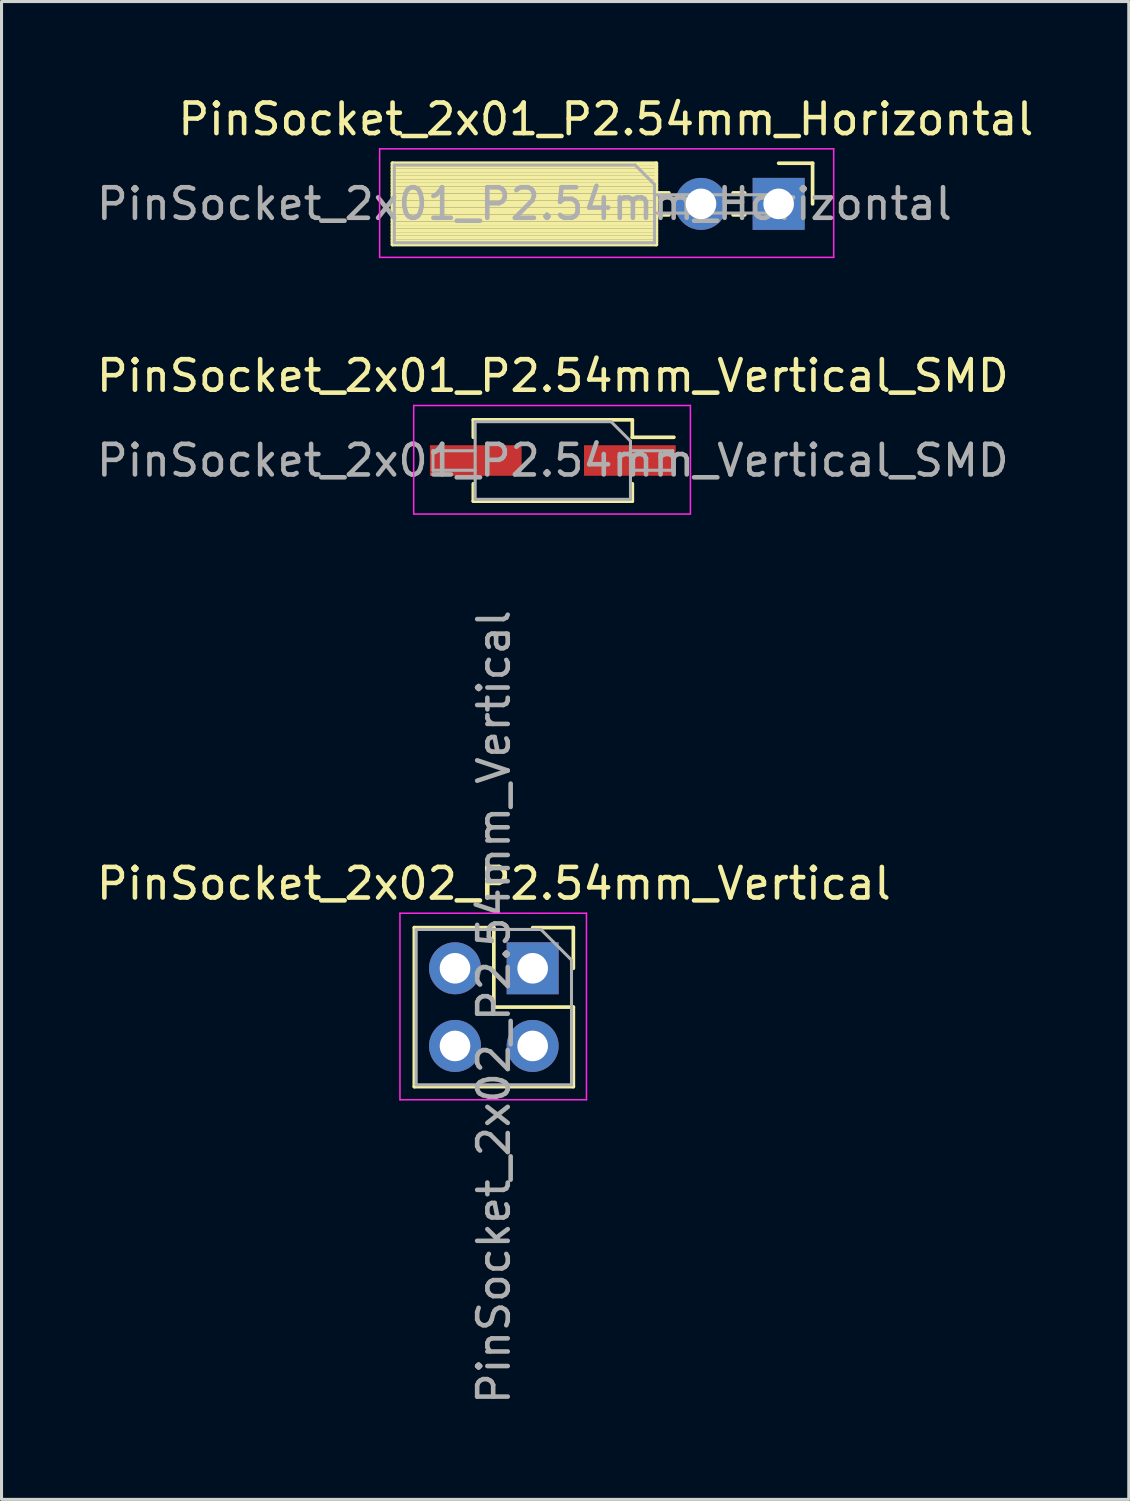
<source format=kicad_pcb>
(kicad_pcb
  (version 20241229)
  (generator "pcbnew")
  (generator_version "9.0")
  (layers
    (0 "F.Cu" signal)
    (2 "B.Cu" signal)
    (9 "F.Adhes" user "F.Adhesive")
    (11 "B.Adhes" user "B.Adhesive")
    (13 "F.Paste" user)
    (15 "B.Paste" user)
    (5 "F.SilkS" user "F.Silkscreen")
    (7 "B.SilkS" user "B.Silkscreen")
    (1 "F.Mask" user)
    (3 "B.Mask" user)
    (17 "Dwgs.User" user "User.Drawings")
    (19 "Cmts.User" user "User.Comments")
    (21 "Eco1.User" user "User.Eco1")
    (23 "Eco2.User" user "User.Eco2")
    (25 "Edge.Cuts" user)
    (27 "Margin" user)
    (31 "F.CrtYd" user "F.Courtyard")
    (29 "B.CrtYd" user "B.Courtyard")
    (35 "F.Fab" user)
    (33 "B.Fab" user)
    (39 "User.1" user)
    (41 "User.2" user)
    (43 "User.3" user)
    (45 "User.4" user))
  (footprint "PinSocket_2x01_P2.54mm_Horizontal"
    (layer "F.Cu")
    (at 22.416 3.618)
    (property "Reference" "PinSocket_2x01_P2.54mm_Horizontal" (at -5.65 -2.77 0) (layer "F.SilkS") (effects (font (size 1 1) (thickness 0.15))))
    (attr through_hole)
    (fp_line (start -12.63 -1.33) (end -12.63 1.33) (stroke (width 0.12) (type solid)) (layer "F.SilkS"))
    (fp_line (start -12.63 -1.33) (end -4 -1.33) (stroke (width 0.12) (type solid)) (layer "F.SilkS"))
    (fp_line (start -12.63 -1.21) (end -4 -1.21) (stroke (width 0.12) (type solid)) (layer "F.SilkS"))
    (fp_line (start -12.63 -1.095) (end -4 -1.095) (stroke (width 0.12) (type solid)) (layer "F.SilkS"))
    (fp_line (start -12.63 -0.979) (end -4 -0.979) (stroke (width 0.12) (type solid)) (layer "F.SilkS"))
    (fp_line (start -12.63 -0.864) (end -4 -0.864) (stroke (width 0.12) (type solid)) (layer "F.SilkS"))
    (fp_line (start -12.63 -0.748) (end -4 -0.748) (stroke (width 0.12) (type solid)) (layer "F.SilkS"))
    (fp_line (start -12.63 -0.633) (end -4 -0.633) (stroke (width 0.12) (type solid)) (layer "F.SilkS"))
    (fp_line (start -12.63 -0.517) (end -4 -0.517) (stroke (width 0.12) (type solid)) (layer "F.SilkS"))
    (fp_line (start -12.63 -0.402) (end -4 -0.402) (stroke (width 0.12) (type solid)) (layer "F.SilkS"))
    (fp_line (start -12.63 -0.286) (end -4 -0.286) (stroke (width 0.12) (type solid)) (layer "F.SilkS"))
    (fp_line (start -12.63 -0.171) (end -4 -0.171) (stroke (width 0.12) (type solid)) (layer "F.SilkS"))
    (fp_line (start -12.63 -0.055) (end -4 -0.055) (stroke (width 0.12) (type solid)) (layer "F.SilkS"))
    (fp_line (start -12.63 0.06) (end -4 0.06) (stroke (width 0.12) (type solid)) (layer "F.SilkS"))
    (fp_line (start -12.63 0.175) (end -4 0.175) (stroke (width 0.12) (type solid)) (layer "F.SilkS"))
    (fp_line (start -12.63 0.291) (end -4 0.291) (stroke (width 0.12) (type solid)) (layer "F.SilkS"))
    (fp_line (start -12.63 0.406) (end -4 0.406) (stroke (width 0.12) (type solid)) (layer "F.SilkS"))
    (fp_line (start -12.63 0.522) (end -4 0.522) (stroke (width 0.12) (type solid)) (layer "F.SilkS"))
    (fp_line (start -12.63 0.637) (end -4 0.637) (stroke (width 0.12) (type solid)) (layer "F.SilkS"))
    (fp_line (start -12.63 0.753) (end -4 0.753) (stroke (width 0.12) (type solid)) (layer "F.SilkS"))
    (fp_line (start -12.63 0.868) (end -4 0.868) (stroke (width 0.12) (type solid)) (layer "F.SilkS"))
    (fp_line (start -12.63 0.984) (end -4 0.984) (stroke (width 0.12) (type solid)) (layer "F.SilkS"))
    (fp_line (start -12.63 1.099) (end -4 1.099) (stroke (width 0.12) (type solid)) (layer "F.SilkS"))
    (fp_line (start -12.63 1.215) (end -4 1.215) (stroke (width 0.12) (type solid)) (layer "F.SilkS"))
    (fp_line (start -12.63 1.33) (end -4 1.33) (stroke (width 0.12) (type solid)) (layer "F.SilkS"))
    (fp_line (start -4 -1.33) (end -4 1.33) (stroke (width 0.12) (type solid)) (layer "F.SilkS"))
    (fp_line (start -4 -0.36) (end -3.59 -0.36) (stroke (width 0.12) (type solid)) (layer "F.SilkS"))
    (fp_line (start -4 0.36) (end -3.59 0.36) (stroke (width 0.12) (type solid)) (layer "F.SilkS"))
    (fp_line (start -1.49 -0.36) (end -1.11 -0.36) (stroke (width 0.12) (type solid)) (layer "F.SilkS"))
    (fp_line (start -1.49 0.36) (end -1.11 0.36) (stroke (width 0.12) (type solid)) (layer "F.SilkS"))
    (fp_line (start 0 -1.33) (end 1.11 -1.33) (stroke (width 0.12) (type solid)) (layer "F.SilkS"))
    (fp_line (start 1.11 -1.33) (end 1.11 0) (stroke (width 0.12) (type solid)) (layer "F.SilkS"))
    (fp_line (start -13.05 -1.8) (end -13.05 1.75) (stroke (width 0.05) (type solid)) (layer "F.CrtYd"))
    (fp_line (start -13.05 1.75) (end 1.8 1.75) (stroke (width 0.05) (type solid)) (layer "F.CrtYd"))
    (fp_line (start 1.8 -1.8) (end -13.05 -1.8) (stroke (width 0.05) (type solid)) (layer "F.CrtYd"))
    (fp_line (start 1.8 1.75) (end 1.8 -1.8) (stroke (width 0.05) (type solid)) (layer "F.CrtYd"))
    (fp_line (start -12.57 -1.27) (end -4.695 -1.27) (stroke (width 0.1) (type solid)) (layer "F.Fab"))
    (fp_line (start -12.57 1.27) (end -12.57 -1.27) (stroke (width 0.1) (type solid)) (layer "F.Fab"))
    (fp_line (start -4.695 -1.27) (end -4.06 -0.635) (stroke (width 0.1) (type solid)) (layer "F.Fab"))
    (fp_line (start -4.06 -0.635) (end -4.06 1.27) (stroke (width 0.1) (type solid)) (layer "F.Fab"))
    (fp_line (start -4.06 0.3) (end 0 0.3) (stroke (width 0.1) (type solid)) (layer "F.Fab"))
    (fp_line (start -4.06 1.27) (end -12.57 1.27) (stroke (width 0.1) (type solid)) (layer "F.Fab"))
    (fp_line (start 0 -0.3) (end -4.06 -0.3) (stroke (width 0.1) (type solid)) (layer "F.Fab"))
    (fp_line (start 0 0.3) (end 0 -0.3) (stroke (width 0.1) (type solid)) (layer "F.Fab"))
    (fp_text user "${REFERENCE}" (at -8.315 0 0) (layer "F.Fab") (effects (font (size 1 1) (thickness 0.15))))
    (pad "1" thru_hole rect (at 0 0) (size 1.7 1.7) (drill 1) (layers "*.Cu" "*.Mask"))
    (pad "2" thru_hole circle (at -2.54 0) (size 1.7 1.7) (drill 1) (layers "*.Cu" "*.Mask")))
  (footprint "PinSocket_2x01_P2.54mm_Vertical_SMD"
    (layer "F.Cu")
    (at 15.03 12.011)
    (property "Reference" "PinSocket_2x01_P2.54mm_Vertical_SMD" (at 0 -2.77 0) (layer "F.SilkS") (effects (font (size 1 1) (thickness 0.15))))
    (attr smd)
    (fp_line (start -2.6 -1.33) (end -2.6 -0.76) (stroke (width 0.12) (type solid)) (layer "F.SilkS"))
    (fp_line (start -2.6 -1.33) (end 2.6 -1.33) (stroke (width 0.12) (type solid)) (layer "F.SilkS"))
    (fp_line (start -2.6 0.76) (end -2.6 1.33) (stroke (width 0.12) (type solid)) (layer "F.SilkS"))
    (fp_line (start -2.6 1.33) (end 2.6 1.33) (stroke (width 0.12) (type solid)) (layer "F.SilkS"))
    (fp_line (start 2.6 -1.33) (end 2.6 -0.76) (stroke (width 0.12) (type solid)) (layer "F.SilkS"))
    (fp_line (start 2.6 -0.76) (end 3.96 -0.76) (stroke (width 0.12) (type solid)) (layer "F.SilkS"))
    (fp_line (start 2.6 0.76) (end 2.6 1.33) (stroke (width 0.12) (type solid)) (layer "F.SilkS"))
    (fp_line (start -4.55 -1.8) (end 4.5 -1.8) (stroke (width 0.05) (type solid)) (layer "F.CrtYd"))
    (fp_line (start -4.55 1.75) (end -4.55 -1.8) (stroke (width 0.05) (type solid)) (layer "F.CrtYd"))
    (fp_line (start 4.5 -1.8) (end 4.5 1.75) (stroke (width 0.05) (type solid)) (layer "F.CrtYd"))
    (fp_line (start 4.5 1.75) (end -4.55 1.75) (stroke (width 0.05) (type solid)) (layer "F.CrtYd"))
    (fp_line (start -3.92 -0.32) (end -2.54 -0.32) (stroke (width 0.1) (type solid)) (layer "F.Fab"))
    (fp_line (start -3.92 0.32) (end -3.92 -0.32) (stroke (width 0.1) (type solid)) (layer "F.Fab"))
    (fp_line (start -2.54 -1.27) (end 1.905 -1.27) (stroke (width 0.1) (type solid)) (layer "F.Fab"))
    (fp_line (start -2.54 0.32) (end -3.92 0.32) (stroke (width 0.1) (type solid)) (layer "F.Fab"))
    (fp_line (start -2.54 1.27) (end -2.54 -1.27) (stroke (width 0.1) (type solid)) (layer "F.Fab"))
    (fp_line (start 1.905 -1.27) (end 2.54 -0.635) (stroke (width 0.1) (type solid)) (layer "F.Fab"))
    (fp_line (start 2.54 -0.635) (end 2.54 1.27) (stroke (width 0.1) (type solid)) (layer "F.Fab"))
    (fp_line (start 2.54 -0.32) (end 3.92 -0.32) (stroke (width 0.1) (type solid)) (layer "F.Fab"))
    (fp_line (start 2.54 1.27) (end -2.54 1.27) (stroke (width 0.1) (type solid)) (layer "F.Fab"))
    (fp_line (start 3.92 -0.32) (end 3.92 0.32) (stroke (width 0.1) (type solid)) (layer "F.Fab"))
    (fp_line (start 3.92 0.32) (end 2.54 0.32) (stroke (width 0.1) (type solid)) (layer "F.Fab"))
    (fp_text user "${REFERENCE}" (at 0 0 0) (layer "F.Fab") (effects (font (size 1 1) (thickness 0.15))))
    (pad "1" smd rect (at 2.52 0) (size 3 1) (layers "F.Cu" "F.Mask" "F.Paste"))
    (pad "2" smd rect (at -2.52 0) (size 3 1) (layers "F.Cu" "F.Mask" "F.Paste")))
  (footprint "PinSocket_2x02_P2.54mm_Vertical"
    (layer "F.Cu")
    (at 14.371 28.618)
    (property "Reference" "PinSocket_2x02_P2.54mm_Vertical" (at -1.27 -2.77 0) (layer "F.SilkS") (effects (font (size 1 1) (thickness 0.15))))
    (attr through_hole)
    (fp_line (start -3.87 -1.33) (end -3.87 3.87) (stroke (width 0.12) (type solid)) (layer "F.SilkS"))
    (fp_line (start -3.87 -1.33) (end -1.27 -1.33) (stroke (width 0.12) (type solid)) (layer "F.SilkS"))
    (fp_line (start -3.87 3.87) (end 1.33 3.87) (stroke (width 0.12) (type solid)) (layer "F.SilkS"))
    (fp_line (start -1.27 -1.33) (end -1.27 1.27) (stroke (width 0.12) (type solid)) (layer "F.SilkS"))
    (fp_line (start -1.27 1.27) (end 1.33 1.27) (stroke (width 0.12) (type solid)) (layer "F.SilkS"))
    (fp_line (start 0 -1.33) (end 1.33 -1.33) (stroke (width 0.12) (type solid)) (layer "F.SilkS"))
    (fp_line (start 1.33 -1.33) (end 1.33 0) (stroke (width 0.12) (type solid)) (layer "F.SilkS"))
    (fp_line (start 1.33 1.27) (end 1.33 3.87) (stroke (width 0.12) (type solid)) (layer "F.SilkS"))
    (fp_line (start -4.34 -1.8) (end 1.76 -1.8) (stroke (width 0.05) (type solid)) (layer "F.CrtYd"))
    (fp_line (start -4.34 4.3) (end -4.34 -1.8) (stroke (width 0.05) (type solid)) (layer "F.CrtYd"))
    (fp_line (start 1.76 -1.8) (end 1.76 4.3) (stroke (width 0.05) (type solid)) (layer "F.CrtYd"))
    (fp_line (start 1.76 4.3) (end -4.34 4.3) (stroke (width 0.05) (type solid)) (layer "F.CrtYd"))
    (fp_line (start -3.81 -1.27) (end 0.27 -1.27) (stroke (width 0.1) (type solid)) (layer "F.Fab"))
    (fp_line (start -3.81 3.81) (end -3.81 -1.27) (stroke (width 0.1) (type solid)) (layer "F.Fab"))
    (fp_line (start 0.27 -1.27) (end 1.27 -0.27) (stroke (width 0.1) (type solid)) (layer "F.Fab"))
    (fp_line (start 1.27 -0.27) (end 1.27 3.81) (stroke (width 0.1) (type solid)) (layer "F.Fab"))
    (fp_line (start 1.27 3.81) (end -3.81 3.81) (stroke (width 0.1) (type solid)) (layer "F.Fab"))
    (fp_text user "${REFERENCE}" (at -1.27 1.27 90) (layer "F.Fab") (effects (font (size 1 1) (thickness 0.15))))
    (pad "1" thru_hole rect (at 0 0) (size 1.7 1.7) (drill 1) (layers "*.Cu" "*.Mask"))
    (pad "2" thru_hole circle (at -2.54 0) (size 1.7 1.7) (drill 1) (layers "*.Cu" "*.Mask"))
    (pad "3" thru_hole circle (at 0 2.54) (size 1.7 1.7) (drill 1) (layers "*.Cu" "*.Mask"))
    (pad "4" thru_hole circle (at -2.54 2.54) (size 1.7 1.7) (drill 1) (layers "*.Cu" "*.Mask")))
  (gr_rect
    (start -3 -3)
    (end 33.867 45.989)
    (stroke (width 0.1) (type default))
    (fill no)
    (layer "Edge.Cuts")))
</source>
